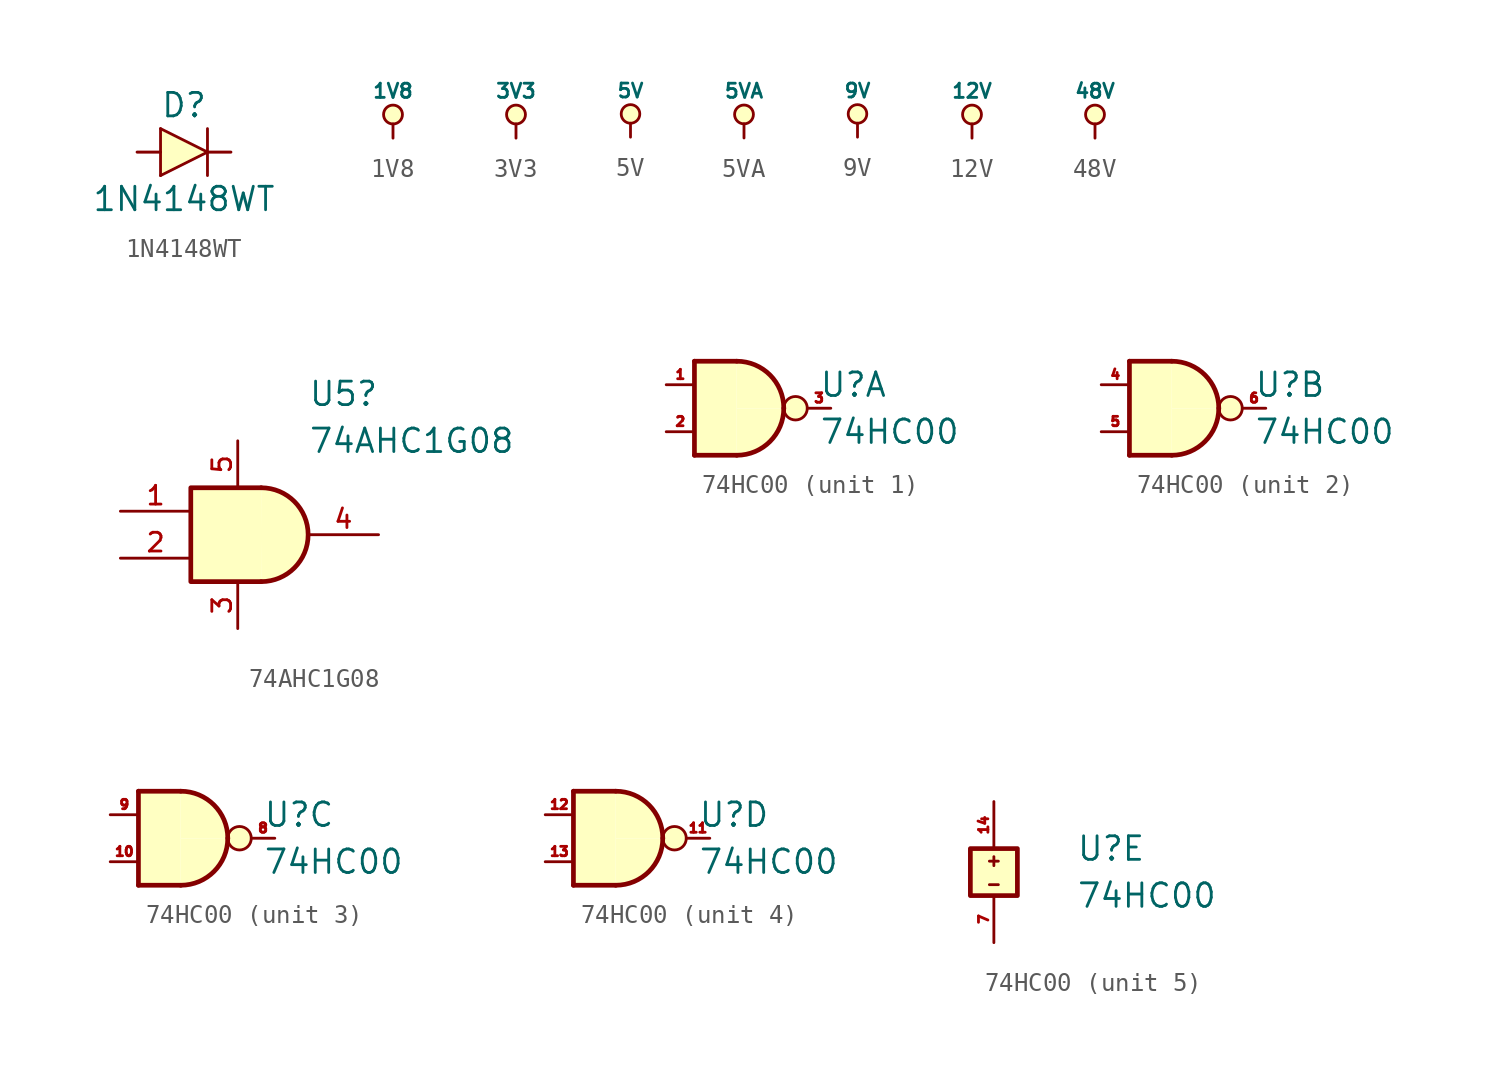
<source format=kicad_sym>
(kicad_symbol_lib
  (version 20231120)
  (generator "kicad_symbol_editor")
  (generator_version "8.0")
  (symbol "1N4148WT"
    (pin_numbers hide)
    (pin_names
      (offset 1.016) hide)
    (property "Reference" "D"
      (at 0 2.54 0)
      (effects (font (size 1.27 1.27))))
    (property "Value" "1N4148WT"
      (at 0 -2.54 0)
      (effects (font (size 1.27 1.27))))
    (symbol "1N4148WT_0_1"
      (polyline (pts (xy 1.27 1.27) (xy 1.27 -1.27)) (stroke (width 0) (type default)) (fill (type none)))
      (polyline (pts (xy -2.54 0) (xy -1.27 0) (xy -1.27 0)) (stroke (width 0.127) (type default)) (fill (type none)))
      (polyline (pts (xy -1.27 1.27) (xy -1.27 -1.27) (xy -1.27 -1.27)) (stroke (width 0) (type default)) (fill (type none)))
      (polyline (pts (xy -1.27 1.27) (xy 1.27 0) (xy -1.27 -1.27)) (stroke (width 0) (type default)) (fill (type background)))
      (polyline (pts (xy 1.27 0) (xy 2.54 0) (xy 2.54 0)) (stroke (width 0.127) (type default)) (fill (type none))))
    (symbol "1N4148WT_1_1"
      (pin passive line (at 2.54 0 180) (length 1.27) (name "K" (effects (font (size 1.016 1.016)))) (number "1" (effects (font (size 1.016 1.016)))))
      (pin passive line (at -2.54 0 0) (length 1.27) (name "A" (effects (font (size 1.016 1.016)))) (number "2" (effects (font (size 1.016 1.016)))))))
  (symbol "1V8"
    (power)
    (pin_names
      (offset 0))
    (property "Reference" "#PWR"
      (at 0 2.54 0)
      (effects (font (size 0.762 0.762)) (hide yes)))
    (property "Value" "1V8"
      (at 0 2.54 0)
      (effects (font (size 0.762 0.762))))
    (property "Footprint" ""
      (at 0 0 0)
      (effects (font (size 1.524 1.524))))
    (property "Datasheet" ""
      (at 0 0 0)
      (effects (font (size 1.524 1.524))))
    (symbol "1V8_0_0"
      (pin power_in line (at 0 0 90) (length 0) hide (name "1V8" (effects (font (size 0.508 0.508)))) (number "1" (effects (font (size 0.508 0.508))))))
    (symbol "1V8_0_1"
      (polyline (pts (xy 0 0) (xy 0 0.762) (xy 0 0.762)) (stroke (width 0) (type default)) (fill (type none)))
      (circle (center 0 1.27) (radius 0.508) (stroke (width 0) (type default)) (fill (type background)))))
  (symbol "3V3"
    (power)
    (pin_names
      (offset 0))
    (property "Reference" "#PWR01007"
      (at 0 2.54 0)
      (effects (font (size 0.762 0.762)) (hide yes)))
    (property "Value" "3V3"
      (at 0 2.54 0)
      (effects (font (size 0.762 0.762))))
    (property "Footprint" ""
      (at 0 0 0)
      (effects (font (size 1.524 1.524))))
    (property "Datasheet" ""
      (at 0 0 0)
      (effects (font (size 1.524 1.524))))
    (symbol "3V3_0_0"
      (pin power_in line (at 0 0 90) (length 0) hide (name "3V3" (effects (font (size 0.508 0.508)))) (number "1" (effects (font (size 0.508 0.508))))))
    (symbol "3V3_0_1"
      (polyline (pts (xy 0 0) (xy 0 0.762) (xy 0 0.762)) (stroke (width 0) (type default)) (fill (type none)))
      (circle (center 0 1.27) (radius 0.508) (stroke (width 0) (type default)) (fill (type background)))))
  (symbol "5V"
    (power)
    (pin_names
      (offset 0))
    (property "Reference" "#PWR"
      (at 0 2.54 0)
      (effects (font (size 0.762 0.762)) (hide yes)))
    (property "Value" "5V"
      (at 0 2.54 0)
      (effects (font (size 0.762 0.762))))
    (property "Footprint" ""
      (at 0 0 0)
      (effects (font (size 1.524 1.524))))
    (property "Datasheet" ""
      (at 0 0 0)
      (effects (font (size 1.524 1.524))))
    (symbol "5V_0_0"
      (pin power_in line (at 0 0 90) (length 0) hide (name "5V" (effects (font (size 0.508 0.508)))) (number "1" (effects (font (size 0.508 0.508))))))
    (symbol "5V_0_1"
      (polyline (pts (xy 0 0) (xy 0 0.762) (xy 0 0.762)) (stroke (width 0) (type default)) (fill (type none)))
      (circle (center 0 1.27) (radius 0.508) (stroke (width 0) (type default)) (fill (type background)))))
  (symbol "5VA"
    (power)
    (pin_names
      (offset 0))
    (property "Reference" "#PWR"
      (at 0 2.54 0)
      (effects (font (size 0.762 0.762)) (hide yes)))
    (property "Value" "5VA"
      (at 0 2.54 0)
      (effects (font (size 0.762 0.762))))
    (property "Footprint" ""
      (at 0 0 0)
      (effects (font (size 1.524 1.524))))
    (property "Datasheet" ""
      (at 0 0 0)
      (effects (font (size 1.524 1.524))))
    (symbol "5VA_0_0"
      (pin power_in line (at 0 0 90) (length 0) hide (name "5VA" (effects (font (size 0.508 0.508)))) (number "1" (effects (font (size 0.508 0.508))))))
    (symbol "5VA_0_1"
      (polyline (pts (xy 0 0) (xy 0 0.762) (xy 0 0.762)) (stroke (width 0) (type default)) (fill (type none)))
      (circle (center 0 1.27) (radius 0.508) (stroke (width 0) (type default)) (fill (type background)))))
  (symbol "9V"
    (power)
    (pin_names
      (offset 0))
    (property "Reference" "#PWR"
      (at 0 2.54 0)
      (effects (font (size 0.762 0.762)) (hide yes)))
    (property "Value" "9V"
      (at 0 2.54 0)
      (effects (font (size 0.762 0.762))))
    (property "Footprint" ""
      (at 0 0 0)
      (effects (font (size 1.524 1.524))))
    (property "Datasheet" ""
      (at 0 0 0)
      (effects (font (size 1.524 1.524))))
    (symbol "9V_0_0"
      (pin power_in line (at 0 0 90) (length 0) hide (name "9V" (effects (font (size 0.508 0.508)))) (number "1" (effects (font (size 0.508 0.508))))))
    (symbol "9V_0_1"
      (polyline (pts (xy 0 0) (xy 0 0.762) (xy 0 0.762)) (stroke (width 0) (type default)) (fill (type none)))
      (circle (center 0 1.27) (radius 0.508) (stroke (width 0) (type default)) (fill (type background)))))
  (symbol "12V"
    (power)
    (pin_names
      (offset 0))
    (property "Reference" "#PWR"
      (at 0 2.54 0)
      (effects (font (size 0.762 0.762)) (hide yes)))
    (property "Value" "12V"
      (at 0 2.54 0)
      (effects (font (size 0.762 0.762))))
    (property "Footprint" ""
      (at 0 0 0)
      (effects (font (size 1.524 1.524))))
    (property "Datasheet" ""
      (at 0 0 0)
      (effects (font (size 1.524 1.524))))
    (symbol "12V_0_0"
      (pin power_in line (at 0 0 90) (length 0) hide (name "12V" (effects (font (size 0.508 0.508)))) (number "1" (effects (font (size 0.508 0.508))))))
    (symbol "12V_0_1"
      (polyline (pts (xy 0 0) (xy 0 0.762) (xy 0 0.762)) (stroke (width 0) (type default)) (fill (type none)))
      (circle (center 0 1.27) (radius 0.508) (stroke (width 0) (type default)) (fill (type background)))))
  (symbol "48V"
    (power)
    (pin_names
      (offset 0))
    (property "Reference" "#PWR"
      (at 0 2.54 0)
      (effects (font (size 0.762 0.762)) (hide yes)))
    (property "Value" "48V"
      (at 0 2.54 0)
      (effects (font (size 0.762 0.762))))
    (property "Footprint" ""
      (at 0 0 0)
      (effects (font (size 1.524 1.524))))
    (property "Datasheet" ""
      (at 0 0 0)
      (effects (font (size 1.524 1.524))))
    (symbol "48V_0_0"
      (pin power_in line (at 0 0 90) (length 0) hide (name "48V" (effects (font (size 0.508 0.508)))) (number "1" (effects (font (size 0.508 0.508))))))
    (symbol "48V_0_1"
      (polyline (pts (xy 0 0) (xy 0 0.762) (xy 0 0.762)) (stroke (width 0) (type default)) (fill (type none)))
      (circle (center 0 1.27) (radius 0.508) (stroke (width 0) (type default)) (fill (type background)))))
  (symbol "74AHC1G08"
    (pin_names
      (offset 1.016))
    (property "Reference" "U5"
      (at 2.54 7.62 0)
      (effects (font (size 1.27 1.27)) (justify left)))
    (property "Value" "74AHC1G08"
      (at 2.54 5.08 0)
      (effects (font (size 1.27 1.27)) (justify left)))
    (symbol "74AHC1G08_1_1"
      (arc (start 0 -2.54) (mid 2.529 0) (end 0 2.54) (stroke (width 0.254) (type default)) (fill (type background)))
      (polyline (pts (xy 0 -2.54) (xy -3.81 -2.54) (xy -3.81 2.54) (xy 0 2.54)) (stroke (width 0.254) (type default)) (fill (type background)))
      (pin input line (at -7.62 1.27 0) (length 3.81) (name "~" (effects (font (size 1.016 1.016)))) (number "1" (effects (font (size 1.016 1.016)))))
      (pin input line (at -7.62 -1.27 0) (length 3.81) (name "~" (effects (font (size 1.016 1.016)))) (number "2" (effects (font (size 1.016 1.016)))))
      (pin passive line (at -1.27 -5.08 90) (length 2.54) (name "" (effects (font (size 1.016 1.016)))) (number "3" (effects (font (size 1.016 1.016)))))
      (pin output line (at 6.35 0 180) (length 3.81) (name "~" (effects (font (size 1.016 1.016)))) (number "4" (effects (font (size 1.016 1.016)))))
      (pin passive line (at -1.27 5.08 270) (length 2.54) (name "" (effects (font (size 1.016 1.016)))) (number "5" (effects (font (size 1.016 1.016)))))))
  (symbol "74HC00"
    (pin_names
      (offset 0.002) hide)
    (property "Reference" "U"
      (at 4.445 1.27 0)
      (effects (font (size 1.27 1.27)) (justify left)))
    (property "Value" "74HC00"
      (at 4.445 -1.27 0)
      (effects (font (size 1.27 1.27)) (justify left)))
    (property "ki_locked" ""
      (at 0 0 0)
      (effects (font (size 1.27 1.27))))
    (symbol "74HC00_1_0"
      (arc (start 0 -2.54) (mid 1.7961 -1.7961) (end 2.54 0) (stroke (width 0.254) (type default)) (fill (type background)))
      (polyline (pts (xy -2.286 -2.54) (xy -2.286 2.54)) (stroke (width 0.254) (type default)) (fill (type background)))
      (polyline (pts (xy -2.286 -2.54) (xy 0 -2.54)) (stroke (width 0.254) (type default)) (fill (type none)))
      (polyline (pts (xy 0 2.54) (xy -2.286 2.54)) (stroke (width 0.254) (type default)) (fill (type background)))
      (polyline (pts (xy 0 2.54) (xy -2.286 2.54) (xy -2.286 -2.54) (xy 0 -2.54)) (stroke (width -0.025) (type default)) (fill (type background)))
      (arc (start 2.54 0) (mid 1.7961 1.7961) (end 0 2.54) (stroke (width 0.254) (type default)) (fill (type background)))
      (circle (center 3.175 0) (radius 0.635) (stroke (width 0.152) (type default)) (fill (type background))))
    (symbol "74HC00_1_1"
      (pin passive line (at -3.81 1.27 0) (length 1.524) (name "~" (effects (font (size 1.27 1.27)))) (number "1" (effects (font (size 0.508 0.508)))))
      (pin passive line (at -3.81 -1.27 0) (length 1.524) (name "~" (effects (font (size 1.27 1.27)))) (number "2" (effects (font (size 0.508 0.508)))))
      (pin passive line (at 5.08 0 180) (length 1.27) (name "~" (effects (font (size 1.27 1.27)))) (number "3" (effects (font (size 0.508 0.508))))))
    (symbol "74HC00_2_0"
      (arc (start 0 -2.54) (mid 1.7961 -1.7961) (end 2.54 0) (stroke (width 0.254) (type default)) (fill (type background)))
      (polyline (pts (xy -2.286 -2.54) (xy -2.286 2.54)) (stroke (width 0.254) (type default)) (fill (type background)))
      (polyline (pts (xy -2.286 -2.54) (xy 0 -2.54)) (stroke (width 0.254) (type default)) (fill (type none)))
      (polyline (pts (xy 0 2.54) (xy -2.286 2.54)) (stroke (width 0.254) (type default)) (fill (type background)))
      (polyline (pts (xy 0 2.54) (xy -2.286 2.54) (xy -2.286 -2.54) (xy 0 -2.54)) (stroke (width -0.025) (type default)) (fill (type background)))
      (arc (start 2.54 0) (mid 1.7961 1.7961) (end 0 2.54) (stroke (width 0.254) (type default)) (fill (type background)))
      (circle (center 3.175 0) (radius 0.635) (stroke (width 0.152) (type default)) (fill (type background))))
    (symbol "74HC00_2_1"
      (pin passive line (at -3.81 1.27 0) (length 1.524) (name "~" (effects (font (size 1.27 1.27)))) (number "4" (effects (font (size 0.508 0.508)))))
      (pin passive line (at -3.81 -1.27 0) (length 1.524) (name "~" (effects (font (size 1.27 1.27)))) (number "5" (effects (font (size 0.508 0.508)))))
      (pin passive line (at 5.08 0 180) (length 1.27) (name "~" (effects (font (size 1.27 1.27)))) (number "6" (effects (font (size 0.508 0.508))))))
    (symbol "74HC00_3_0"
      (arc (start 0 -2.54) (mid 1.7961 -1.7961) (end 2.54 0) (stroke (width 0.254) (type default)) (fill (type background)))
      (polyline (pts (xy -2.286 -2.54) (xy -2.286 2.54)) (stroke (width 0.254) (type default)) (fill (type background)))
      (polyline (pts (xy -2.286 -2.54) (xy 0 -2.54)) (stroke (width 0.254) (type default)) (fill (type none)))
      (polyline (pts (xy 0 2.54) (xy -2.286 2.54)) (stroke (width 0.254) (type default)) (fill (type background)))
      (polyline (pts (xy 0 2.54) (xy -2.286 2.54) (xy -2.286 -2.54) (xy 0 -2.54)) (stroke (width -0.025) (type default)) (fill (type background)))
      (arc (start 2.54 0) (mid 1.7961 1.7961) (end 0 2.54) (stroke (width 0.254) (type default)) (fill (type background)))
      (circle (center 3.175 0) (radius 0.635) (stroke (width 0.152) (type default)) (fill (type background))))
    (symbol "74HC00_3_1"
      (pin passive line (at -3.81 -1.27 0) (length 1.524) (name "~" (effects (font (size 1.27 1.27)))) (number "10" (effects (font (size 0.508 0.508)))))
      (pin passive line (at 5.08 0 180) (length 1.27) (name "~" (effects (font (size 1.27 1.27)))) (number "8" (effects (font (size 0.508 0.508)))))
      (pin passive line (at -3.81 1.27 0) (length 1.524) (name "~" (effects (font (size 1.27 1.27)))) (number "9" (effects (font (size 0.508 0.508))))))
    (symbol "74HC00_4_0"
      (arc (start 0 -2.54) (mid 1.7961 -1.7961) (end 2.54 0) (stroke (width 0.254) (type default)) (fill (type background)))
      (polyline (pts (xy -2.286 -2.54) (xy -2.286 2.54)) (stroke (width 0.254) (type default)) (fill (type background)))
      (polyline (pts (xy -2.286 -2.54) (xy 0 -2.54)) (stroke (width 0.254) (type default)) (fill (type none)))
      (polyline (pts (xy 0 2.54) (xy -2.286 2.54)) (stroke (width 0.254) (type default)) (fill (type background)))
      (polyline (pts (xy 0 2.54) (xy -2.286 2.54) (xy -2.286 -2.54) (xy 0 -2.54)) (stroke (width -0.025) (type default)) (fill (type background)))
      (arc (start 2.54 0) (mid 1.7961 1.7961) (end 0 2.54) (stroke (width 0.254) (type default)) (fill (type background)))
      (circle (center 3.175 0) (radius 0.635) (stroke (width 0.152) (type default)) (fill (type background))))
    (symbol "74HC00_4_1"
      (pin passive line (at 5.08 0 180) (length 1.27) (name "~" (effects (font (size 1.27 1.27)))) (number "11" (effects (font (size 0.508 0.508)))))
      (pin passive line (at -3.81 1.27 0) (length 1.524) (name "~" (effects (font (size 1.27 1.27)))) (number "12" (effects (font (size 0.508 0.508)))))
      (pin passive line (at -3.81 -1.27 0) (length 1.524) (name "~" (effects (font (size 1.27 1.27)))) (number "13" (effects (font (size 0.508 0.508))))))
    (symbol "74HC00_5_0"
      (rectangle (start -1.27 1.27) (end 1.27 -1.27) (stroke (width 0.254) (type default)) (fill (type background)))
      (text "+" (at 0 0.635 0) (effects (font (size 0.635 0.635))))
      (text "-" (at 0 -0.635 0) (effects (font (size 0.635 0.635)))))
    (symbol "74HC00_5_1"
      (pin passive line (at 0 3.81 270) (length 2.54) (name "+" (effects (font (size 1.27 1.27)))) (number "14" (effects (font (size 0.508 0.508)))))
      (pin passive line (at 0 -3.81 90) (length 2.54) (name "-" (effects (font (size 1.27 1.27)))) (number "7" (effects (font (size 0.508 0.508))))))))
</source>
